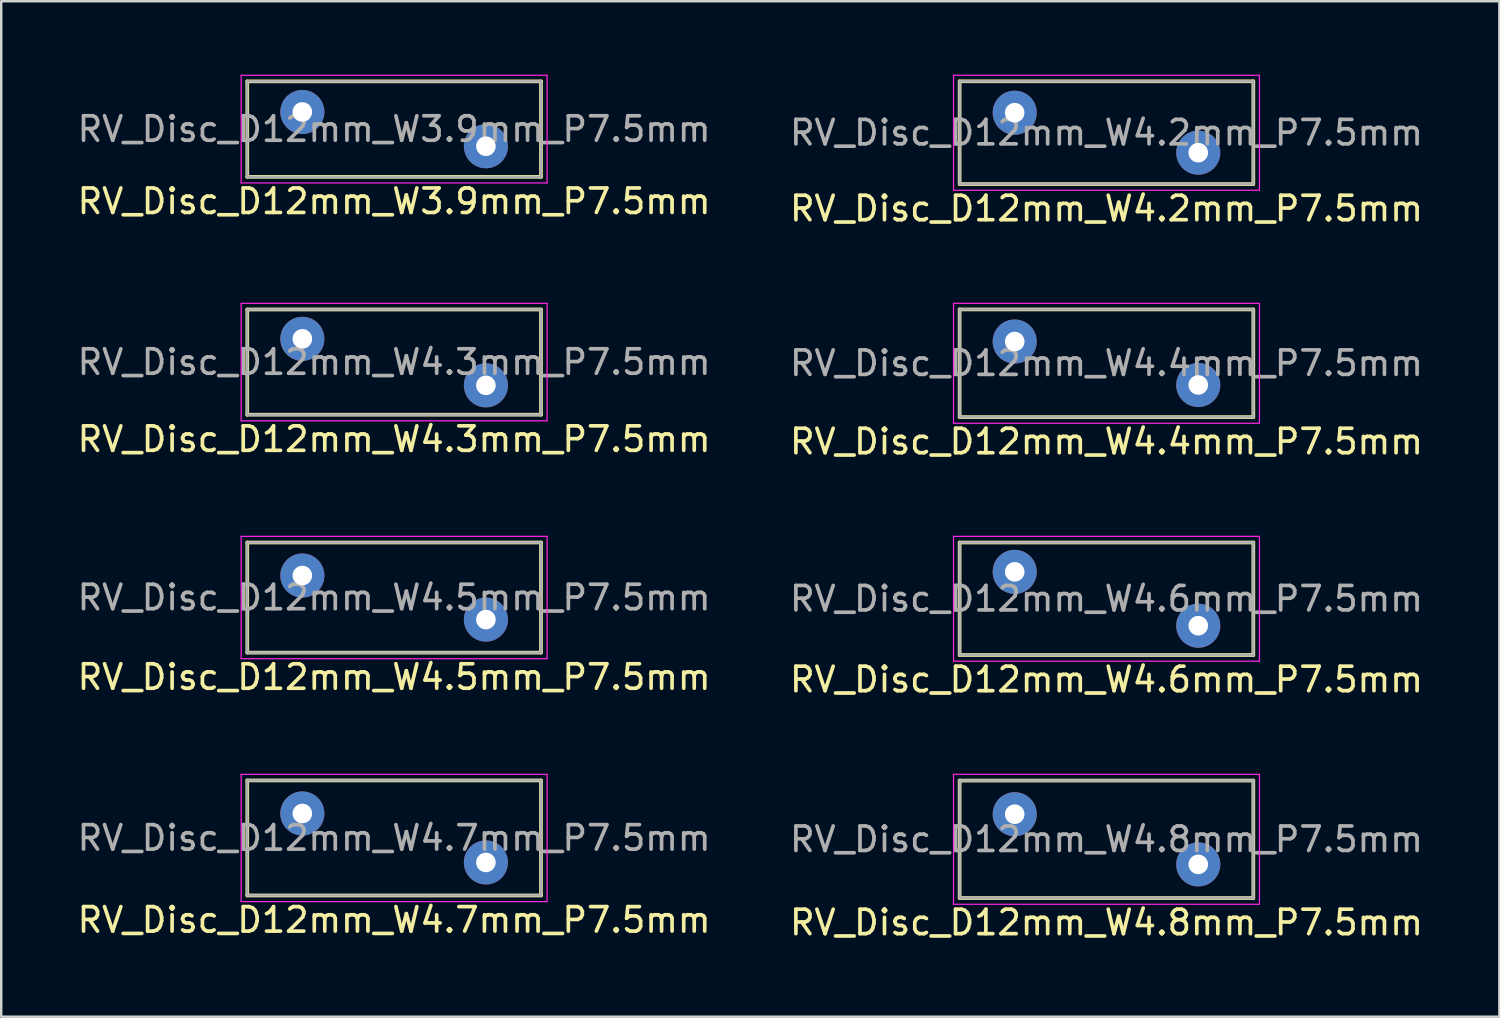
<source format=kicad_pcb>
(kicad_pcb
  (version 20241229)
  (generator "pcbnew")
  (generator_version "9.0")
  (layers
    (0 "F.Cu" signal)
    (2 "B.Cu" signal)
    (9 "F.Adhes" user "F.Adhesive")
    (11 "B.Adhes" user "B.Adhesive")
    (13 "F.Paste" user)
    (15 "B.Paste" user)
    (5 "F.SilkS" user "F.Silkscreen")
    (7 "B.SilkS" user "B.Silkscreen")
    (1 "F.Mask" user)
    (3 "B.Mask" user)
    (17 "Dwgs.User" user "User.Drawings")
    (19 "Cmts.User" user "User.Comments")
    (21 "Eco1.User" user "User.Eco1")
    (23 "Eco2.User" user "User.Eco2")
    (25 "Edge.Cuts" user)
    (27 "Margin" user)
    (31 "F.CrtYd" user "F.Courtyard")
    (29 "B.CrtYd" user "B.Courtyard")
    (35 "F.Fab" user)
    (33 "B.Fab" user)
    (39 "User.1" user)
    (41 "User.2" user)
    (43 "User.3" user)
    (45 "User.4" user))
  (footprint "RV_Disc_D12mm_W4.2mm_P7.5mm"
    (layer "F.Cu")
    (at 38.411 1.555)
    (property "Reference" "RV_Disc_D12mm_W4.2mm_P7.5mm" (at 3.75 3.917 0) (layer "F.SilkS") (effects (font (size 1 1) (thickness 0.15))))
    (attr through_hole)
    (fp_line (start -2.25 -1.283) (end -2.25 2.917) (stroke (width 0.15) (type solid)) (layer "F.SilkS"))
    (fp_line (start -2.25 -1.283) (end 9.75 -1.283) (stroke (width 0.15) (type solid)) (layer "F.SilkS"))
    (fp_line (start -2.25 2.917) (end 9.75 2.917) (stroke (width 0.15) (type solid)) (layer "F.SilkS"))
    (fp_line (start 9.75 -1.283) (end 9.75 2.917) (stroke (width 0.15) (type solid)) (layer "F.SilkS"))
    (fp_line (start -2.5 -1.53) (end -2.5 3.17) (stroke (width 0.05) (type solid)) (layer "F.CrtYd"))
    (fp_line (start -2.5 -1.53) (end 10 -1.53) (stroke (width 0.05) (type solid)) (layer "F.CrtYd"))
    (fp_line (start -2.5 3.17) (end 10 3.17) (stroke (width 0.05) (type solid)) (layer "F.CrtYd"))
    (fp_line (start 10 -1.53) (end 10 3.17) (stroke (width 0.05) (type solid)) (layer "F.CrtYd"))
    (fp_line (start -2.25 -1.283) (end -2.25 2.917) (stroke (width 0.1) (type solid)) (layer "F.Fab"))
    (fp_line (start -2.25 -1.283) (end 9.75 -1.283) (stroke (width 0.1) (type solid)) (layer "F.Fab"))
    (fp_line (start -2.25 2.917) (end 9.75 2.917) (stroke (width 0.1) (type solid)) (layer "F.Fab"))
    (fp_line (start 9.75 -1.283) (end 9.75 2.917) (stroke (width 0.1) (type solid)) (layer "F.Fab"))
    (fp_text user "${REFERENCE}" (at 3.75 0.817 0) (layer "F.Fab") (effects (font (size 1 1) (thickness 0.15))))
    (pad "1" thru_hole circle (at 0 0) (size 1.8 1.8) (drill 0.8) (layers "*.Cu" "*.Mask"))
    (pad "2" thru_hole circle (at 7.5 1.633) (size 1.8 1.8) (drill 0.8) (layers "*.Cu" "*.Mask")))
  (footprint "RV_Disc_D12mm_W4.8mm_P7.5mm"
    (layer "F.Cu")
    (at 38.411 30.219)
    (property "Reference" "RV_Disc_D12mm_W4.8mm_P7.5mm" (at 3.75 4.425 0) (layer "F.SilkS") (effects (font (size 1 1) (thickness 0.15))))
    (attr through_hole)
    (fp_line (start -2.25 -1.375) (end -2.25 3.425) (stroke (width 0.15) (type solid)) (layer "F.SilkS"))
    (fp_line (start -2.25 -1.375) (end 9.75 -1.375) (stroke (width 0.15) (type solid)) (layer "F.SilkS"))
    (fp_line (start -2.25 3.425) (end 9.75 3.425) (stroke (width 0.15) (type solid)) (layer "F.SilkS"))
    (fp_line (start 9.75 -1.375) (end 9.75 3.425) (stroke (width 0.15) (type solid)) (layer "F.SilkS"))
    (fp_line (start -2.5 -1.63) (end -2.5 3.68) (stroke (width 0.05) (type solid)) (layer "F.CrtYd"))
    (fp_line (start -2.5 -1.63) (end 10 -1.63) (stroke (width 0.05) (type solid)) (layer "F.CrtYd"))
    (fp_line (start -2.5 3.68) (end 10 3.68) (stroke (width 0.05) (type solid)) (layer "F.CrtYd"))
    (fp_line (start 10 -1.63) (end 10 3.68) (stroke (width 0.05) (type solid)) (layer "F.CrtYd"))
    (fp_line (start -2.25 -1.375) (end -2.25 3.425) (stroke (width 0.1) (type solid)) (layer "F.Fab"))
    (fp_line (start -2.25 -1.375) (end 9.75 -1.375) (stroke (width 0.1) (type solid)) (layer "F.Fab"))
    (fp_line (start -2.25 3.425) (end 9.75 3.425) (stroke (width 0.1) (type solid)) (layer "F.Fab"))
    (fp_line (start 9.75 -1.375) (end 9.75 3.425) (stroke (width 0.1) (type solid)) (layer "F.Fab"))
    (fp_text user "${REFERENCE}" (at 3.75 1.025 0) (layer "F.Fab") (effects (font (size 1 1) (thickness 0.15))))
    (pad "1" thru_hole circle (at 0 0) (size 1.8 1.8) (drill 0.8) (layers "*.Cu" "*.Mask"))
    (pad "2" thru_hole circle (at 7.5 2.05) (size 1.8 1.8) (drill 0.8) (layers "*.Cu" "*.Mask")))
  (footprint "RV_Disc_D12mm_W4.7mm_P7.5mm"
    (layer "F.Cu")
    (at 9.304 30.189)
    (property "Reference" "RV_Disc_D12mm_W4.7mm_P7.5mm" (at 3.75 4.35 0) (layer "F.SilkS") (effects (font (size 1 1) (thickness 0.15))))
    (attr through_hole)
    (fp_line (start -2.25 -1.35) (end -2.25 3.35) (stroke (width 0.15) (type solid)) (layer "F.SilkS"))
    (fp_line (start -2.25 -1.35) (end 9.75 -1.35) (stroke (width 0.15) (type solid)) (layer "F.SilkS"))
    (fp_line (start -2.25 3.35) (end 9.75 3.35) (stroke (width 0.15) (type solid)) (layer "F.SilkS"))
    (fp_line (start 9.75 -1.35) (end 9.75 3.35) (stroke (width 0.15) (type solid)) (layer "F.SilkS"))
    (fp_line (start -2.5 -1.6) (end -2.5 3.6) (stroke (width 0.05) (type solid)) (layer "F.CrtYd"))
    (fp_line (start -2.5 -1.6) (end 10 -1.6) (stroke (width 0.05) (type solid)) (layer "F.CrtYd"))
    (fp_line (start -2.5 3.6) (end 10 3.6) (stroke (width 0.05) (type solid)) (layer "F.CrtYd"))
    (fp_line (start 10 -1.6) (end 10 3.6) (stroke (width 0.05) (type solid)) (layer "F.CrtYd"))
    (fp_line (start -2.25 -1.35) (end -2.25 3.35) (stroke (width 0.1) (type solid)) (layer "F.Fab"))
    (fp_line (start -2.25 -1.35) (end 9.75 -1.35) (stroke (width 0.1) (type solid)) (layer "F.Fab"))
    (fp_line (start -2.25 3.35) (end 9.75 3.35) (stroke (width 0.1) (type solid)) (layer "F.Fab"))
    (fp_line (start 9.75 -1.35) (end 9.75 3.35) (stroke (width 0.1) (type solid)) (layer "F.Fab"))
    (fp_text user "${REFERENCE}" (at 3.75 1 0) (layer "F.Fab") (effects (font (size 1 1) (thickness 0.15))))
    (pad "1" thru_hole circle (at 0 0) (size 1.8 1.8) (drill 0.8) (layers "*.Cu" "*.Mask"))
    (pad "2" thru_hole circle (at 7.5 2) (size 1.8 1.8) (drill 0.8) (layers "*.Cu" "*.Mask")))
  (footprint "RV_Disc_D12mm_W3.9mm_P7.5mm"
    (layer "F.Cu")
    (at 9.304 1.525)
    (property "Reference" "RV_Disc_D12mm_W3.9mm_P7.5mm" (at 3.75 3.65 0) (layer "F.SilkS") (effects (font (size 1 1) (thickness 0.15))))
    (attr through_hole)
    (fp_line (start -2.25 -1.25) (end -2.25 2.65) (stroke (width 0.15) (type solid)) (layer "F.SilkS"))
    (fp_line (start -2.25 -1.25) (end 9.75 -1.25) (stroke (width 0.15) (type solid)) (layer "F.SilkS"))
    (fp_line (start -2.25 2.65) (end 9.75 2.65) (stroke (width 0.15) (type solid)) (layer "F.SilkS"))
    (fp_line (start 9.75 -1.25) (end 9.75 2.65) (stroke (width 0.15) (type solid)) (layer "F.SilkS"))
    (fp_line (start -2.5 -1.5) (end -2.5 2.9) (stroke (width 0.05) (type solid)) (layer "F.CrtYd"))
    (fp_line (start -2.5 -1.5) (end 10 -1.5) (stroke (width 0.05) (type solid)) (layer "F.CrtYd"))
    (fp_line (start -2.5 2.9) (end 10 2.9) (stroke (width 0.05) (type solid)) (layer "F.CrtYd"))
    (fp_line (start 10 -1.5) (end 10 2.9) (stroke (width 0.05) (type solid)) (layer "F.CrtYd"))
    (fp_line (start -2.25 -1.25) (end -2.25 2.65) (stroke (width 0.1) (type solid)) (layer "F.Fab"))
    (fp_line (start -2.25 -1.25) (end 9.75 -1.25) (stroke (width 0.1) (type solid)) (layer "F.Fab"))
    (fp_line (start -2.25 2.65) (end 9.75 2.65) (stroke (width 0.1) (type solid)) (layer "F.Fab"))
    (fp_line (start 9.75 -1.25) (end 9.75 2.65) (stroke (width 0.1) (type solid)) (layer "F.Fab"))
    (fp_text user "${REFERENCE}" (at 3.75 0.7 0) (layer "F.Fab") (effects (font (size 1 1) (thickness 0.15))))
    (pad "1" thru_hole circle (at 0 0) (size 1.8 1.8) (drill 0.8) (layers "*.Cu" "*.Mask"))
    (pad "2" thru_hole circle (at 7.5 1.4) (size 1.8 1.8) (drill 0.8) (layers "*.Cu" "*.Mask")))
  (footprint "RV_Disc_D12mm_W4.6mm_P7.5mm"
    (layer "F.Cu")
    (at 38.411 20.316)
    (property "Reference" "RV_Disc_D12mm_W4.6mm_P7.5mm" (at 3.75 4.4 0) (layer "F.SilkS") (effects (font (size 1 1) (thickness 0.15))))
    (attr through_hole)
    (fp_line (start -2.25 -1.2) (end -2.25 3.4) (stroke (width 0.15) (type solid)) (layer "F.SilkS"))
    (fp_line (start -2.25 -1.2) (end 9.75 -1.2) (stroke (width 0.15) (type solid)) (layer "F.SilkS"))
    (fp_line (start -2.25 3.4) (end 9.75 3.4) (stroke (width 0.15) (type solid)) (layer "F.SilkS"))
    (fp_line (start 9.75 -1.2) (end 9.75 3.4) (stroke (width 0.15) (type solid)) (layer "F.SilkS"))
    (fp_line (start -2.5 -1.45) (end -2.5 3.65) (stroke (width 0.05) (type solid)) (layer "F.CrtYd"))
    (fp_line (start -2.5 -1.45) (end 10 -1.45) (stroke (width 0.05) (type solid)) (layer "F.CrtYd"))
    (fp_line (start -2.5 3.65) (end 10 3.65) (stroke (width 0.05) (type solid)) (layer "F.CrtYd"))
    (fp_line (start 10 -1.45) (end 10 3.65) (stroke (width 0.05) (type solid)) (layer "F.CrtYd"))
    (fp_line (start -2.25 -1.2) (end -2.25 3.4) (stroke (width 0.1) (type solid)) (layer "F.Fab"))
    (fp_line (start -2.25 -1.2) (end 9.75 -1.2) (stroke (width 0.1) (type solid)) (layer "F.Fab"))
    (fp_line (start -2.25 3.4) (end 9.75 3.4) (stroke (width 0.1) (type solid)) (layer "F.Fab"))
    (fp_line (start 9.75 -1.2) (end 9.75 3.4) (stroke (width 0.1) (type solid)) (layer "F.Fab"))
    (fp_text user "${REFERENCE}" (at 3.75 1.1 0) (layer "F.Fab") (effects (font (size 1 1) (thickness 0.15))))
    (pad "1" thru_hole circle (at 0 0) (size 1.8 1.8) (drill 0.8) (layers "*.Cu" "*.Mask"))
    (pad "2" thru_hole circle (at 7.5 2.2) (size 1.8 1.8) (drill 0.8) (layers "*.Cu" "*.Mask")))
  (footprint "RV_Disc_D12mm_W4.5mm_P7.5mm"
    (layer "F.Cu")
    (at 9.304 20.466)
    (property "Reference" "RV_Disc_D12mm_W4.5mm_P7.5mm" (at 3.75 4.15 0) (layer "F.SilkS") (effects (font (size 1 1) (thickness 0.15))))
    (attr through_hole)
    (fp_line (start -2.25 -1.35) (end -2.25 3.15) (stroke (width 0.15) (type solid)) (layer "F.SilkS"))
    (fp_line (start -2.25 -1.35) (end 9.75 -1.35) (stroke (width 0.15) (type solid)) (layer "F.SilkS"))
    (fp_line (start -2.25 3.15) (end 9.75 3.15) (stroke (width 0.15) (type solid)) (layer "F.SilkS"))
    (fp_line (start 9.75 -1.35) (end 9.75 3.15) (stroke (width 0.15) (type solid)) (layer "F.SilkS"))
    (fp_line (start -2.5 -1.6) (end -2.5 3.4) (stroke (width 0.05) (type solid)) (layer "F.CrtYd"))
    (fp_line (start -2.5 -1.6) (end 10 -1.6) (stroke (width 0.05) (type solid)) (layer "F.CrtYd"))
    (fp_line (start -2.5 3.4) (end 10 3.4) (stroke (width 0.05) (type solid)) (layer "F.CrtYd"))
    (fp_line (start 10 -1.6) (end 10 3.4) (stroke (width 0.05) (type solid)) (layer "F.CrtYd"))
    (fp_line (start -2.25 -1.35) (end -2.25 3.15) (stroke (width 0.1) (type solid)) (layer "F.Fab"))
    (fp_line (start -2.25 -1.35) (end 9.75 -1.35) (stroke (width 0.1) (type solid)) (layer "F.Fab"))
    (fp_line (start -2.25 3.15) (end 9.75 3.15) (stroke (width 0.1) (type solid)) (layer "F.Fab"))
    (fp_line (start 9.75 -1.35) (end 9.75 3.15) (stroke (width 0.1) (type solid)) (layer "F.Fab"))
    (fp_text user "${REFERENCE}" (at 3.75 0.9 0) (layer "F.Fab") (effects (font (size 1 1) (thickness 0.15))))
    (pad "1" thru_hole circle (at 0 0) (size 1.8 1.8) (drill 0.8) (layers "*.Cu" "*.Mask"))
    (pad "2" thru_hole circle (at 7.5 1.8) (size 1.8 1.8) (drill 0.8) (layers "*.Cu" "*.Mask")))
  (footprint "RV_Disc_D12mm_W4.4mm_P7.5mm"
    (layer "F.Cu")
    (at 38.411 10.905)
    (property "Reference" "RV_Disc_D12mm_W4.4mm_P7.5mm" (at 3.75 4.088 0) (layer "F.SilkS") (effects (font (size 1 1) (thickness 0.15))))
    (attr through_hole)
    (fp_line (start -2.25 -1.312) (end -2.25 3.087) (stroke (width 0.15) (type solid)) (layer "F.SilkS"))
    (fp_line (start -2.25 -1.312) (end 9.75 -1.312) (stroke (width 0.15) (type solid)) (layer "F.SilkS"))
    (fp_line (start -2.25 3.087) (end 9.75 3.087) (stroke (width 0.15) (type solid)) (layer "F.SilkS"))
    (fp_line (start 9.75 -1.312) (end 9.75 3.087) (stroke (width 0.15) (type solid)) (layer "F.SilkS"))
    (fp_line (start -2.5 -1.56) (end -2.5 3.34) (stroke (width 0.05) (type solid)) (layer "F.CrtYd"))
    (fp_line (start -2.5 -1.56) (end 10 -1.56) (stroke (width 0.05) (type solid)) (layer "F.CrtYd"))
    (fp_line (start -2.5 3.34) (end 10 3.34) (stroke (width 0.05) (type solid)) (layer "F.CrtYd"))
    (fp_line (start 10 -1.56) (end 10 3.34) (stroke (width 0.05) (type solid)) (layer "F.CrtYd"))
    (fp_line (start -2.25 -1.312) (end -2.25 3.087) (stroke (width 0.1) (type solid)) (layer "F.Fab"))
    (fp_line (start -2.25 -1.312) (end 9.75 -1.312) (stroke (width 0.1) (type solid)) (layer "F.Fab"))
    (fp_line (start -2.25 3.087) (end 9.75 3.087) (stroke (width 0.1) (type solid)) (layer "F.Fab"))
    (fp_line (start 9.75 -1.312) (end 9.75 3.087) (stroke (width 0.1) (type solid)) (layer "F.Fab"))
    (fp_text user "${REFERENCE}" (at 3.75 0.887 0) (layer "F.Fab") (effects (font (size 1 1) (thickness 0.15))))
    (pad "1" thru_hole circle (at 0 0) (size 1.8 1.8) (drill 0.8) (layers "*.Cu" "*.Mask"))
    (pad "2" thru_hole circle (at 7.5 1.775) (size 1.8 1.8) (drill 0.8) (layers "*.Cu" "*.Mask")))
  (footprint "RV_Disc_D12mm_W4.3mm_P7.5mm"
    (layer "F.Cu")
    (at 9.304 10.795)
    (property "Reference" "RV_Disc_D12mm_W4.3mm_P7.5mm" (at 3.75 4.1 0) (layer "F.SilkS") (effects (font (size 1 1) (thickness 0.15))))
    (attr through_hole)
    (fp_line (start -2.25 -1.2) (end -2.25 3.1) (stroke (width 0.15) (type solid)) (layer "F.SilkS"))
    (fp_line (start -2.25 -1.2) (end 9.75 -1.2) (stroke (width 0.15) (type solid)) (layer "F.SilkS"))
    (fp_line (start -2.25 3.1) (end 9.75 3.1) (stroke (width 0.15) (type solid)) (layer "F.SilkS"))
    (fp_line (start 9.75 -1.2) (end 9.75 3.1) (stroke (width 0.15) (type solid)) (layer "F.SilkS"))
    (fp_line (start -2.5 -1.45) (end -2.5 3.35) (stroke (width 0.05) (type solid)) (layer "F.CrtYd"))
    (fp_line (start -2.5 -1.45) (end 10 -1.45) (stroke (width 0.05) (type solid)) (layer "F.CrtYd"))
    (fp_line (start -2.5 3.35) (end 10 3.35) (stroke (width 0.05) (type solid)) (layer "F.CrtYd"))
    (fp_line (start 10 -1.45) (end 10 3.35) (stroke (width 0.05) (type solid)) (layer "F.CrtYd"))
    (fp_line (start -2.25 -1.2) (end -2.25 3.1) (stroke (width 0.1) (type solid)) (layer "F.Fab"))
    (fp_line (start -2.25 -1.2) (end 9.75 -1.2) (stroke (width 0.1) (type solid)) (layer "F.Fab"))
    (fp_line (start -2.25 3.1) (end 9.75 3.1) (stroke (width 0.1) (type solid)) (layer "F.Fab"))
    (fp_line (start 9.75 -1.2) (end 9.75 3.1) (stroke (width 0.1) (type solid)) (layer "F.Fab"))
    (fp_text user "${REFERENCE}" (at 3.75 0.95 0) (layer "F.Fab") (effects (font (size 1 1) (thickness 0.15))))
    (pad "1" thru_hole circle (at 0 0) (size 1.8 1.8) (drill 0.8) (layers "*.Cu" "*.Mask"))
    (pad "2" thru_hole circle (at 7.5 1.9) (size 1.8 1.8) (drill 0.8) (layers "*.Cu" "*.Mask")))
  (gr_rect
    (start -3 -3)
    (end 58.214 38.492)
    (stroke (width 0.1) (type default))
    (fill no)
    (layer "Edge.Cuts")))
</source>
